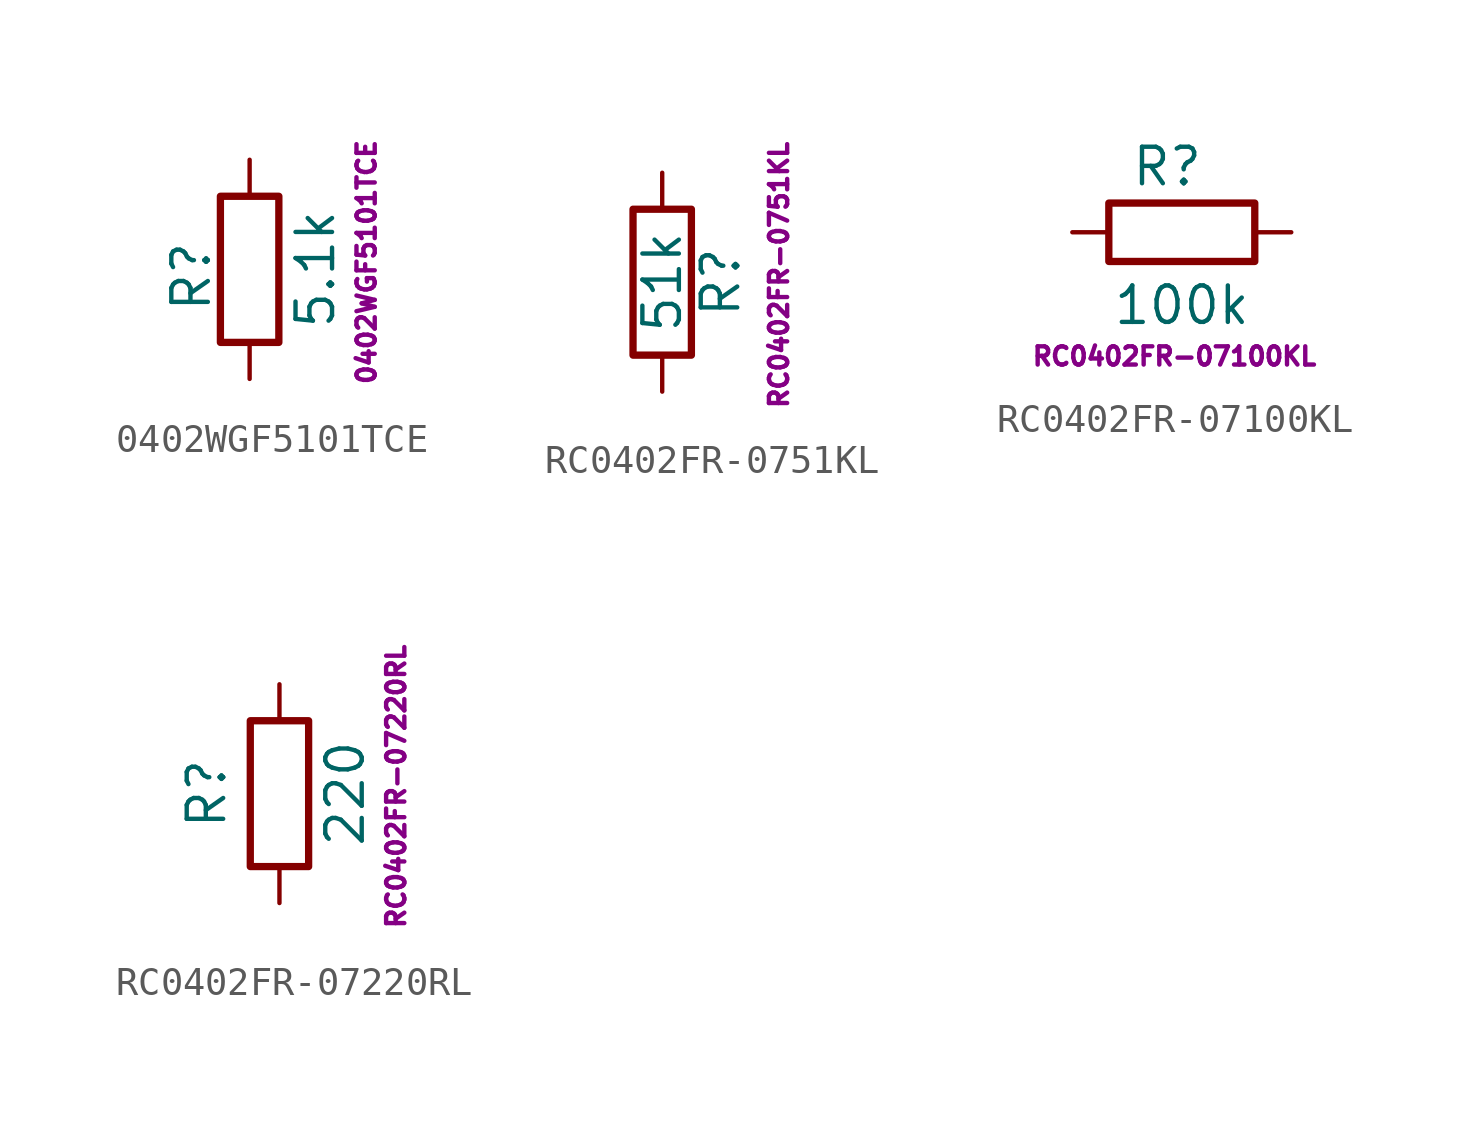
<source format=kicad_sym>
(kicad_symbol_lib
  (version 20241209)
  (generator "kicad_symbol_editor")
  (generator_version "9.0")
  (symbol "0402WGF5101TCE"
    (pin_numbers
      (hide yes))
    (pin_names
      (offset 0))
    (property "Reference" "R"
      (at -2.032 -0.254 90)
      (effects (font (size 1.27 1.27))))
    (property "Value" "5.1k"
      (at 2.286 0 90)
      (effects (font (size 1.27 1.27))))
    (property "Footprint Name" "0402WGF5101TCE"
      (at 4.064 0.254 90)
      (effects (font (size 0.635 0.635))))
    (symbol "0402WGF5101TCE_0_1"
      (rectangle (start -1.016 2.54) (end 1.016 -2.54) (stroke (width 0.254) (type default)) (fill (type none))))
    (symbol "0402WGF5101TCE_1_1"
      (pin passive line (at 0 3.81 270) (length 1.27) (name "~" (effects (font (size 1.27 1.27)))) (number "1" (effects (font (size 1.27 1.27)))))
      (pin passive line (at 0 -3.81 90) (length 1.27) (name "~" (effects (font (size 1.27 1.27)))) (number "2" (effects (font (size 1.27 1.27)))))))
  (symbol "RC0402FR-0751KL"
    (pin_numbers
      (hide yes))
    (pin_names
      (offset 0))
    (property "Reference" "R"
      (at 2.032 0 90)
      (effects (font (size 1.27 1.27))))
    (property "Value" "51k"
      (at 0 0 90)
      (effects (font (size 1.27 1.27))))
    (property "Footprint Name" "RC0402FR-0751KL"
      (at 4.064 0.254 90)
      (effects (font (size 0.635 0.635))))
    (symbol "RC0402FR-0751KL_0_1"
      (rectangle (start -1.016 -2.54) (end 1.016 2.54) (stroke (width 0.254) (type default)) (fill (type none))))
    (symbol "RC0402FR-0751KL_1_1"
      (pin passive line (at 0 3.81 270) (length 1.27) (name "~" (effects (font (size 1.27 1.27)))) (number "1" (effects (font (size 1.27 1.27)))))
      (pin passive line (at 0 -3.81 90) (length 1.27) (name "~" (effects (font (size 1.27 1.27)))) (number "2" (effects (font (size 1.27 1.27)))))))
  (symbol "RC0402FR-07100KL"
    (pin_numbers
      (hide yes))
    (pin_names
      (offset 0))
    (property "Reference" "R"
      (at -0.508 2.286 0)
      (effects (font (size 1.27 1.27))))
    (property "Value" "100k"
      (at 0 -2.54 0)
      (effects (font (size 1.27 1.27))))
    (property "Footprint Name" "RC0402FR-07100KL"
      (at -0.254 -4.318 0)
      (effects (font (size 0.635 0.635))))
    (symbol "RC0402FR-07100KL_0_1"
      (rectangle (start 2.54 1.016) (end -2.54 -1.016) (stroke (width 0.254) (type default)) (fill (type none))))
    (symbol "RC0402FR-07100KL_1_1"
      (pin passive line (at -3.81 0 0) (length 1.27) (name "~" (effects (font (size 1.27 1.27)))) (number "1" (effects (font (size 1.27 1.27)))))
      (pin passive line (at 3.81 0 180) (length 1.27) (name "~" (effects (font (size 1.27 1.27)))) (number "2" (effects (font (size 1.27 1.27)))))))
  (symbol "RC0402FR-07220RL"
    (pin_numbers
      (hide yes))
    (pin_names
      (offset 0))
    (property "Reference" "R"
      (at -2.54 0 90)
      (effects (font (size 1.27 1.27))))
    (property "Value" "220"
      (at 2.286 0 90)
      (effects (font (size 1.27 1.27))))
    (property "Footprint Name" "RC0402FR-07220RL"
      (at 4.064 0.254 90)
      (effects (font (size 0.635 0.635))))
    (symbol "RC0402FR-07220RL_0_1"
      (rectangle (start -1.016 -2.54) (end 1.016 2.54) (stroke (width 0.254) (type default)) (fill (type none))))
    (symbol "RC0402FR-07220RL_1_1"
      (pin passive line (at 0 3.81 270) (length 1.27) (name "~" (effects (font (size 1.27 1.27)))) (number "1" (effects (font (size 1.27 1.27)))))
      (pin passive line (at 0 -3.81 90) (length 1.27) (name "~" (effects (font (size 1.27 1.27)))) (number "2" (effects (font (size 1.27 1.27))))))))
</source>
